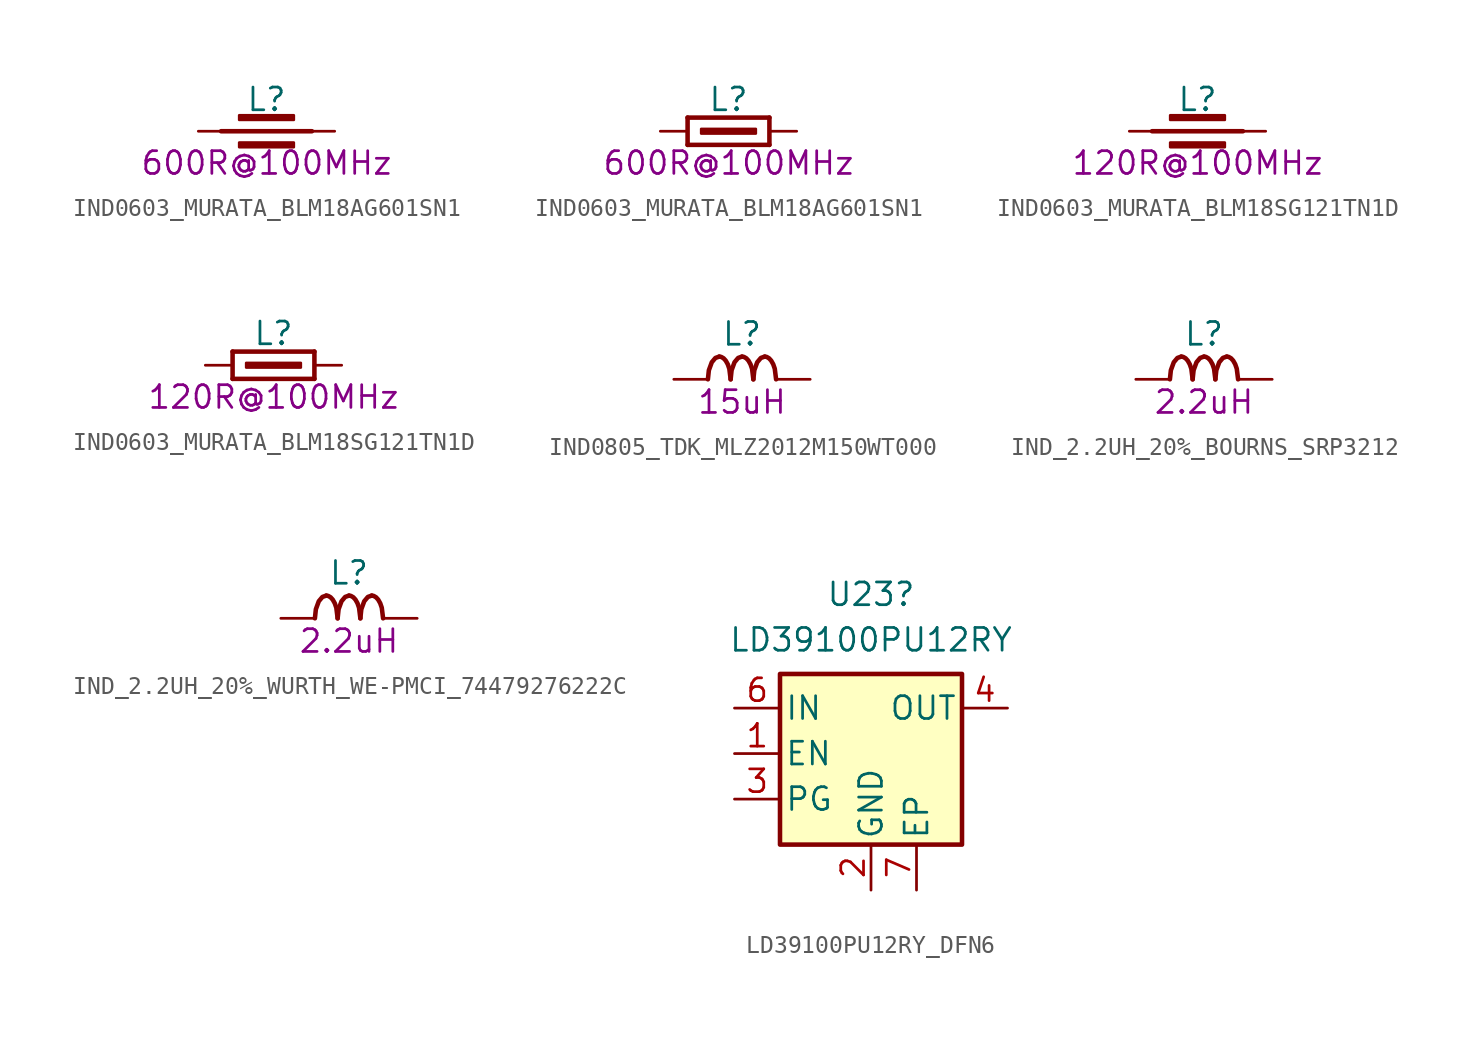
<source format=kicad_sym>
(kicad_symbol_lib
  (version 20241209)
  (generator "kicad_symbol_editor")
  (generator_version "9.0")
  (symbol "IND0603_MURATA_BLM18AG601SN1"
    (pin_names
      (offset 1.27))
    (property "Reference" "L"
      (at 3.81 1.778 0)
      (effects (font (size 1.27 1.27))))
    (property "Val" "600R@100MHz"
      (at 3.81 -1.778 0)
      (effects (font (size 1.27 1.27))))
    (property "ki_locked" ""
      (at 0 0 0)
      (effects (font (size 1.27 1.27))))
    (symbol "IND0603_MURATA_BLM18AG601SN1_0_1"
      (polyline (pts (xy 1.27 0) (xy 6.35 0)) (stroke (width 0.254) (type solid)) (fill (type none)))
      (rectangle (start 2.286 0.635) (end 5.334 0.889) (stroke (width 0) (type solid)) (fill (type outline)))
      (rectangle (start 2.286 -0.889) (end 5.334 -0.635) (stroke (width 0) (type solid)) (fill (type outline)))
      (pin passive line (at 0 0 0) (length 1.27) (name "1" (effects (font (size 0 0)))) (number "1" (effects (font (size 0 0)))))
      (pin passive line (at 7.62 0 180) (length 1.27) (name "2" (effects (font (size 0 0)))) (number "2" (effects (font (size 0 0))))))
    (symbol "IND0603_MURATA_BLM18AG601SN1_0_2"
      (polyline (pts (xy 1.524 0.762) (xy 1.524 -0.762)) (stroke (width 0.254) (type solid)) (fill (type none)))
      (polyline (pts (xy 1.524 -0.762) (xy 6.096 -0.762)) (stroke (width 0.254) (type solid)) (fill (type none)))
      (rectangle (start 2.286 -0.127) (end 5.334 0.127) (stroke (width 0) (type solid)) (fill (type outline)))
      (polyline (pts (xy 6.096 0.762) (xy 1.524 0.762)) (stroke (width 0.254) (type solid)) (fill (type none)))
      (polyline (pts (xy 6.096 -0.762) (xy 6.096 0.762)) (stroke (width 0.254) (type solid)) (fill (type none)))
      (pin passive line (at 0 0 0) (length 1.524) (name "1" (effects (font (size 0 0)))) (number "1" (effects (font (size 0 0)))))
      (pin passive line (at 7.62 0 180) (length 1.524) (name "2" (effects (font (size 0 0)))) (number "2" (effects (font (size 0 0)))))))
  (symbol "IND0603_MURATA_BLM18SG121TN1D"
    (pin_names
      (offset 1.27))
    (property "Reference" "L"
      (at 3.81 1.778 0)
      (effects (font (size 1.27 1.27))))
    (property "Val" "120R@100MHz"
      (at 3.81 -1.778 0)
      (effects (font (size 1.27 1.27))))
    (property "ki_locked" ""
      (at 0 0 0)
      (effects (font (size 1.27 1.27))))
    (symbol "IND0603_MURATA_BLM18SG121TN1D_0_1"
      (polyline (pts (xy 1.27 0) (xy 6.35 0)) (stroke (width 0.254) (type default)) (fill (type none)))
      (rectangle (start 2.286 0.635) (end 5.334 0.889) (stroke (width 0) (type default)) (fill (type outline)))
      (rectangle (start 2.286 -0.889) (end 5.334 -0.635) (stroke (width 0) (type default)) (fill (type outline)))
      (pin passive line (at 0 0 0) (length 1.27) (name "1" (effects (font (size 0 0)))) (number "1" (effects (font (size 0 0)))))
      (pin passive line (at 7.62 0 180) (length 1.27) (name "2" (effects (font (size 0 0)))) (number "2" (effects (font (size 0 0))))))
    (symbol "IND0603_MURATA_BLM18SG121TN1D_0_2"
      (polyline (pts (xy 1.524 0.762) (xy 1.524 -0.762)) (stroke (width 0.254) (type default)) (fill (type none)))
      (polyline (pts (xy 1.524 -0.762) (xy 6.096 -0.762)) (stroke (width 0.254) (type default)) (fill (type none)))
      (rectangle (start 2.286 -0.127) (end 5.334 0.127) (stroke (width 0) (type default)) (fill (type outline)))
      (polyline (pts (xy 6.096 0.762) (xy 1.524 0.762)) (stroke (width 0.254) (type default)) (fill (type none)))
      (polyline (pts (xy 6.096 -0.762) (xy 6.096 0.762)) (stroke (width 0.254) (type default)) (fill (type none)))
      (pin passive line (at 0 0 0) (length 1.524) (name "1" (effects (font (size 0 0)))) (number "1" (effects (font (size 0 0)))))
      (pin passive line (at 7.62 0 180) (length 1.524) (name "2" (effects (font (size 0 0)))) (number "2" (effects (font (size 0 0)))))))
  (symbol "IND0805_TDK_MLZ2012M150WT000"
    (pin_names
      (offset 1.27))
    (property "Reference" "L"
      (at 3.81 2.54 0)
      (effects (font (size 1.27 1.27))))
    (property "Val" "15uH"
      (at 3.81 -1.27 0)
      (effects (font (size 1.27 1.27))))
    (property "ki_locked" ""
      (at 0 0 0)
      (effects (font (size 1.27 1.27))))
    (symbol "IND0805_TDK_MLZ2012M150WT000_0_1"
      (bezier (pts (xy 2.54 1.27) (xy 2.184 1.27) (xy 1.905 0.686) (xy 1.905 0)) (stroke (width 0.254) (type solid)) (fill (type none)))
      (bezier (pts (xy 3.175 0) (xy 3.175 0.686) (xy 2.896 1.27) (xy 2.54 1.27)) (stroke (width 0.254) (type solid)) (fill (type none)))
      (bezier (pts (xy 3.81 1.27) (xy 3.454 1.27) (xy 3.175 0.686) (xy 3.175 0)) (stroke (width 0.254) (type solid)) (fill (type none)))
      (bezier (pts (xy 4.445 0) (xy 4.445 0.686) (xy 4.166 1.27) (xy 3.81 1.27)) (stroke (width 0.254) (type solid)) (fill (type none)))
      (bezier (pts (xy 5.08 1.27) (xy 4.724 1.27) (xy 4.445 0.686) (xy 4.445 0)) (stroke (width 0.254) (type solid)) (fill (type none)))
      (bezier (pts (xy 5.715 0) (xy 5.715 0.686) (xy 5.436 1.27) (xy 5.08 1.27)) (stroke (width 0.254) (type solid)) (fill (type none)))
      (pin passive line (at 0 0 0) (length 1.905) (name "1" (effects (font (size 0 0)))) (number "1" (effects (font (size 0 0)))))
      (pin passive line (at 7.62 0 180) (length 1.905) (name "2" (effects (font (size 0 0)))) (number "2" (effects (font (size 0 0)))))))
  (symbol "IND_2.2UH_20%_BOURNS_SRP3212"
    (pin_names
      (offset 1.27))
    (property "Reference" "L"
      (at 3.81 2.54 0)
      (effects (font (size 1.27 1.27))))
    (property "Val" "2.2uH"
      (at 3.81 -1.27 0)
      (effects (font (size 1.27 1.27))))
    (property "ki_locked" ""
      (at 0 0 0)
      (effects (font (size 1.27 1.27))))
    (symbol "IND_2.2UH_20%_BOURNS_SRP3212_0_1"
      (bezier (pts (xy 2.54 1.27) (xy 2.184 1.27) (xy 1.905 0.686) (xy 1.905 0)) (stroke (width 0.254) (type solid)) (fill (type none)))
      (bezier (pts (xy 3.175 0) (xy 3.175 0.686) (xy 2.896 1.27) (xy 2.54 1.27)) (stroke (width 0.254) (type solid)) (fill (type none)))
      (bezier (pts (xy 3.81 1.27) (xy 3.454 1.27) (xy 3.175 0.686) (xy 3.175 0)) (stroke (width 0.254) (type solid)) (fill (type none)))
      (bezier (pts (xy 4.445 0) (xy 4.445 0.686) (xy 4.166 1.27) (xy 3.81 1.27)) (stroke (width 0.254) (type solid)) (fill (type none)))
      (bezier (pts (xy 5.08 1.27) (xy 4.724 1.27) (xy 4.445 0.686) (xy 4.445 0)) (stroke (width 0.254) (type solid)) (fill (type none)))
      (bezier (pts (xy 5.715 0) (xy 5.715 0.686) (xy 5.436 1.27) (xy 5.08 1.27)) (stroke (width 0.254) (type solid)) (fill (type none)))
      (pin passive line (at 0 0 0) (length 1.905) (name "1" (effects (font (size 0 0)))) (number "1" (effects (font (size 0 0)))))
      (pin passive line (at 7.62 0 180) (length 1.905) (name "2" (effects (font (size 0 0)))) (number "2" (effects (font (size 0 0)))))))
  (symbol "IND_2.2UH_20%_WURTH_WE-PMCI_74479276222C"
    (pin_names
      (offset 1.27))
    (property "Reference" "L"
      (at 3.81 2.54 0)
      (effects (font (size 1.27 1.27))))
    (property "Val" "2.2uH"
      (at 3.81 -1.27 0)
      (effects (font (size 1.27 1.27))))
    (property "ki_locked" ""
      (at 0 0 0)
      (effects (font (size 1.27 1.27))))
    (symbol "IND_2.2UH_20%_WURTH_WE-PMCI_74479276222C_0_1"
      (bezier (pts (xy 2.54 1.27) (xy 2.184 1.27) (xy 1.905 0.686) (xy 1.905 0)) (stroke (width 0.254) (type solid)) (fill (type none)))
      (bezier (pts (xy 3.175 0) (xy 3.175 0.686) (xy 2.896 1.27) (xy 2.54 1.27)) (stroke (width 0.254) (type solid)) (fill (type none)))
      (bezier (pts (xy 3.81 1.27) (xy 3.454 1.27) (xy 3.175 0.686) (xy 3.175 0)) (stroke (width 0.254) (type solid)) (fill (type none)))
      (bezier (pts (xy 4.445 0) (xy 4.445 0.686) (xy 4.166 1.27) (xy 3.81 1.27)) (stroke (width 0.254) (type solid)) (fill (type none)))
      (bezier (pts (xy 5.08 1.27) (xy 4.724 1.27) (xy 4.445 0.686) (xy 4.445 0)) (stroke (width 0.254) (type solid)) (fill (type none)))
      (bezier (pts (xy 5.715 0) (xy 5.715 0.686) (xy 5.436 1.27) (xy 5.08 1.27)) (stroke (width 0.254) (type solid)) (fill (type none)))
      (pin passive line (at 0 0 0) (length 1.905) (name "1" (effects (font (size 0 0)))) (number "1" (effects (font (size 0 0)))))
      (pin passive line (at 7.62 0 180) (length 1.905) (name "2" (effects (font (size 0 0)))) (number "2" (effects (font (size 0 0)))))))
  (symbol "LD39100PU12RY_DFN6"
    (pin_names
      (offset 0.254))
    (property "Reference" "U23"
      (at 0 8.89 0)
      (effects (font (size 1.27 1.27))))
    (property "Value" "LD39100PU12RY"
      (at 0 6.35 0)
      (effects (font (size 1.27 1.27))))
    (symbol "LD39100PU12RY_DFN6_0_1"
      (rectangle (start -5.08 4.445) (end 5.08 -5.08) (stroke (width 0.254) (type default)) (fill (type background))))
    (symbol "LD39100PU12RY_DFN6_1_1"
      (pin power_in line (at -7.62 2.54 0) (length 2.54) (name "IN" (effects (font (size 1.27 1.27)))) (number "6" (effects (font (size 1.27 1.27)))))
      (pin input line (at -7.62 0 0) (length 2.54) (name "EN" (effects (font (size 1.27 1.27)))) (number "1" (effects (font (size 1.27 1.27)))))
      (pin passive line (at -7.62 -2.54 0) (length 2.54) (name "PG" (effects (font (size 1.27 1.27)))) (number "3" (effects (font (size 1.27 1.27)))))
      (pin no_connect line (at -5.08 -2.54 0) (length 2.54) (hide yes) (name "NC" (effects (font (size 1.27 1.27)))) (number "5" (effects (font (size 1.27 1.27)))))
      (pin power_in line (at 0 -7.62 90) (length 2.54) (name "GND" (effects (font (size 1.27 1.27)))) (number "2" (effects (font (size 1.27 1.27)))))
      (pin passive line (at 2.54 -7.62 90) (length 2.54) (name "EP" (effects (font (size 1.27 1.27)))) (number "7" (effects (font (size 1.27 1.27)))))
      (pin power_out line (at 7.62 2.54 180) (length 2.54) (name "OUT" (effects (font (size 1.27 1.27)))) (number "4" (effects (font (size 1.27 1.27))))))))
</source>
